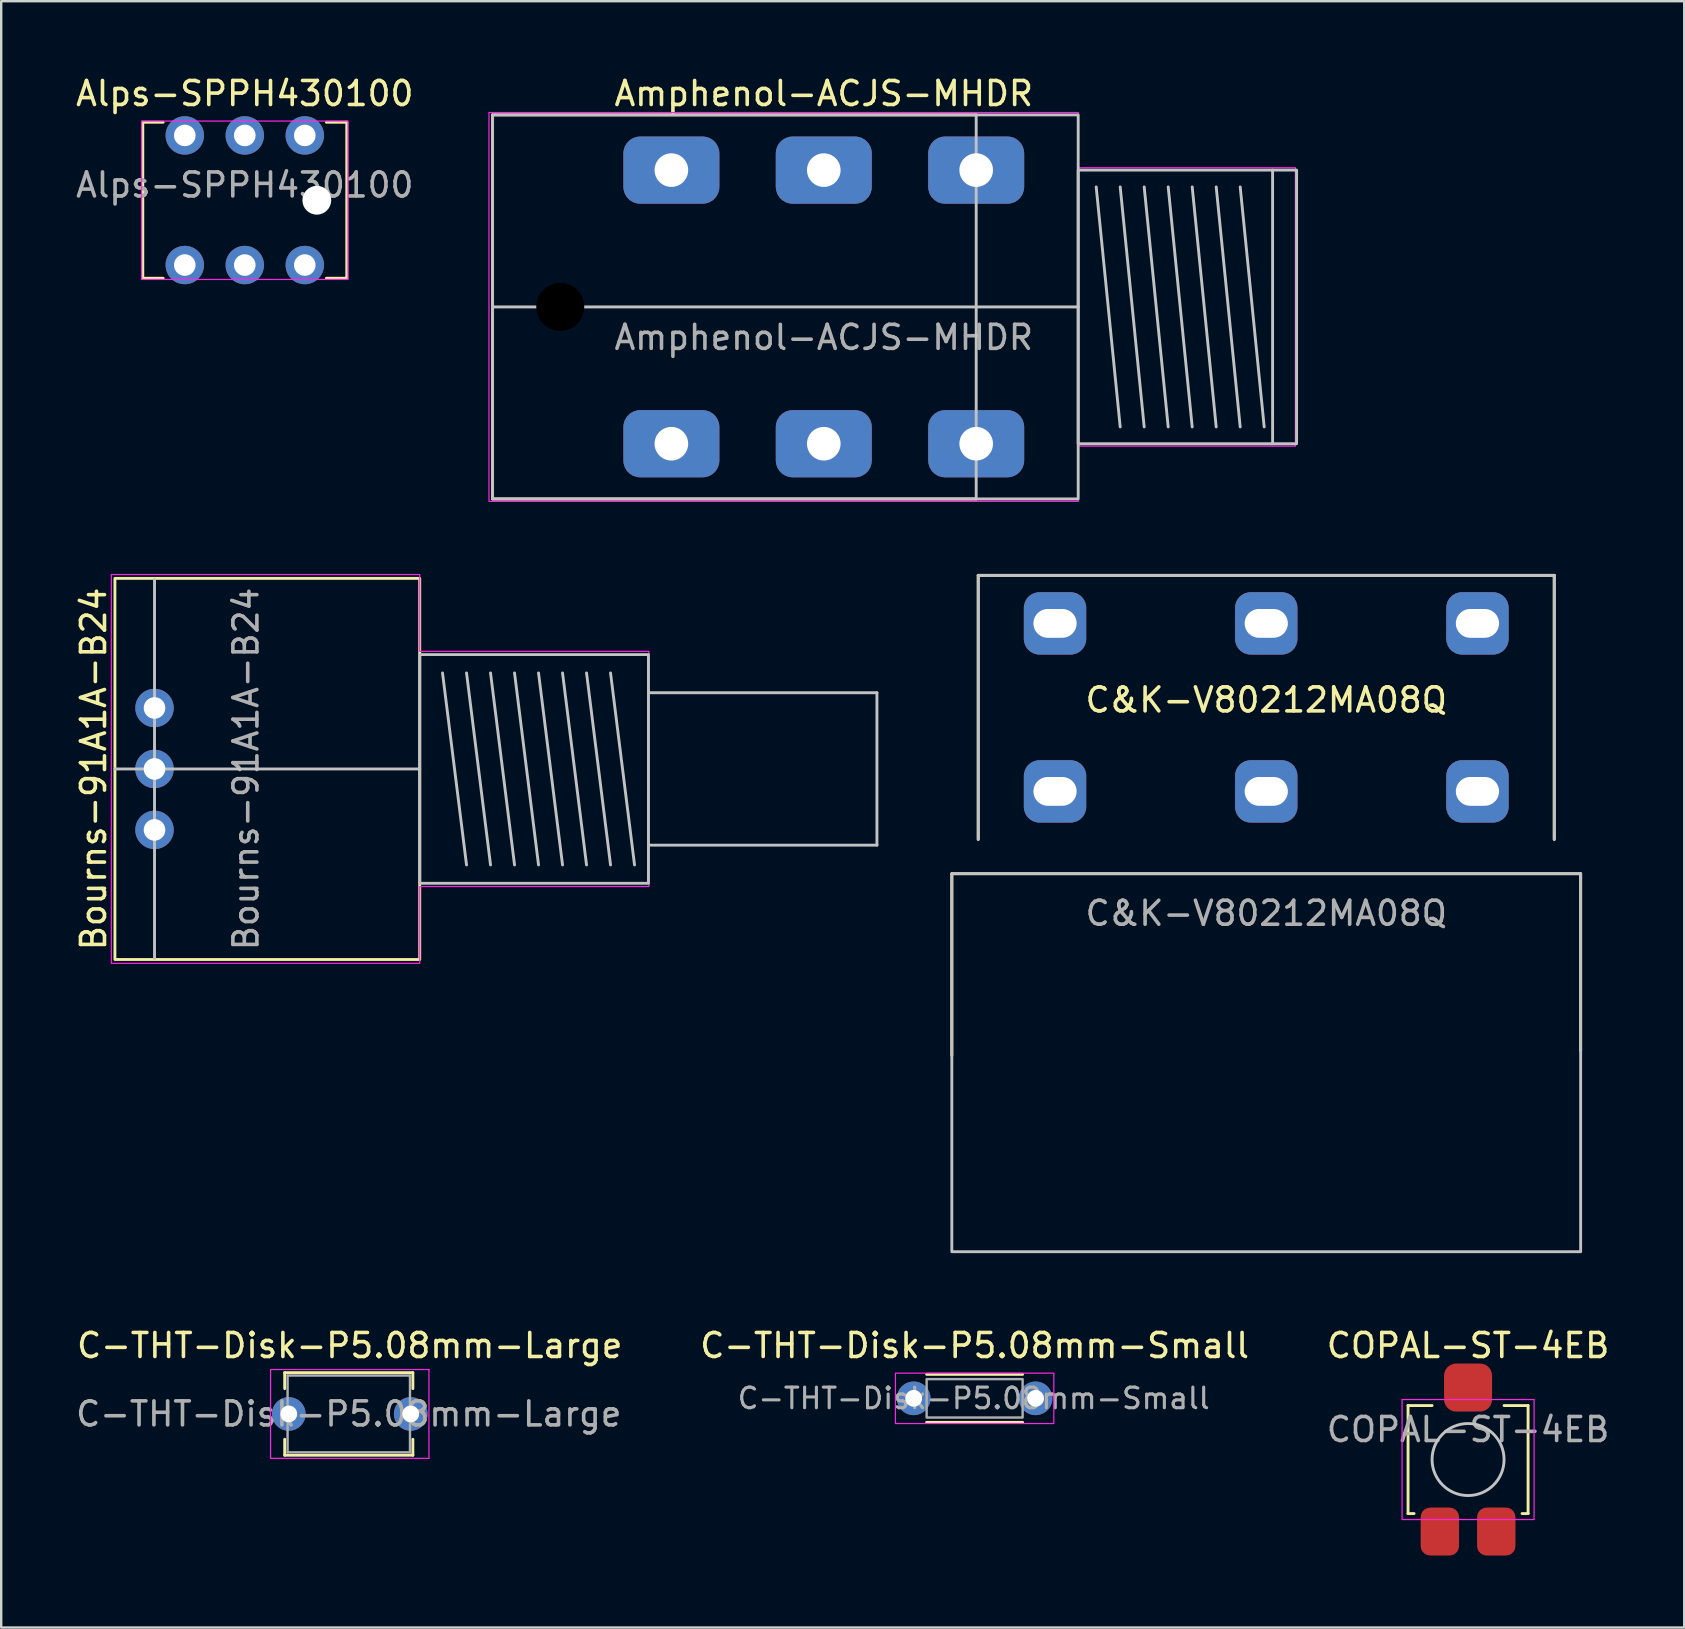
<source format=kicad_pcb>
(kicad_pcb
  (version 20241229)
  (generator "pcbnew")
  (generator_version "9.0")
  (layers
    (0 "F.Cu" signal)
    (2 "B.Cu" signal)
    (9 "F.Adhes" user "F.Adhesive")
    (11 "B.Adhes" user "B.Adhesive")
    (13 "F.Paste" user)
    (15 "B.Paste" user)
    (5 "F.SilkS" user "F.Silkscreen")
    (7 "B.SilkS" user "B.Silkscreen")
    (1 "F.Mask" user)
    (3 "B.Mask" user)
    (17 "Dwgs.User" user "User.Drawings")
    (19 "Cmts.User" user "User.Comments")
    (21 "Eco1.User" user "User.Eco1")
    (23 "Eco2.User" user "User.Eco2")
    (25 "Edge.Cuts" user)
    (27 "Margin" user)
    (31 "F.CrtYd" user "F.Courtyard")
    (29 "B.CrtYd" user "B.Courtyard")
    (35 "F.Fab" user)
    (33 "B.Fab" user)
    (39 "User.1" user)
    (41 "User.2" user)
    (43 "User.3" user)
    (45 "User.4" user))
  (footprint "Amphenol-ACJS-MHDR"
    (layer "F.Cu")
    (at 37.623 9.738)
    (property "Reference" "Amphenol-ACJS-MHDR" (at -6.35 -8.89 0) (unlocked yes) (layer "F.SilkS") (effects (font (size 1 1) (thickness 0.15))))
    (attr through_hole)
    (fp_line (start -20.15 -8) (end -20.15 8) (stroke (width 0.12) (type solid)) (layer "F.SilkS"))
    (fp_line (start -20.15 8) (end 0 8) (stroke (width 0.12) (type solid)) (layer "F.SilkS"))
    (fp_line (start 0 -8) (end -20.15 -8) (stroke (width 0.12) (type solid)) (layer "F.SilkS"))
    (fp_line (start -20.15 0) (end 4.25 0) (stroke (width 0.12) (type solid)) (layer "Dwgs.User"))
    (fp_line (start 0 -8) (end 0 8) (stroke (width 0.12) (type solid)) (layer "Dwgs.User"))
    (fp_line (start 5 -5) (end 6 5) (stroke (width 0.12) (type solid)) (layer "Dwgs.User"))
    (fp_line (start 6 -5) (end 7 5) (stroke (width 0.12) (type solid)) (layer "Dwgs.User"))
    (fp_line (start 7 -5) (end 8 5) (stroke (width 0.12) (type solid)) (layer "Dwgs.User"))
    (fp_line (start 8 -5) (end 9 5) (stroke (width 0.12) (type solid)) (layer "Dwgs.User"))
    (fp_line (start 9 -5) (end 10 5) (stroke (width 0.12) (type solid)) (layer "Dwgs.User"))
    (fp_line (start 10 -5) (end 11 5) (stroke (width 0.12) (type solid)) (layer "Dwgs.User"))
    (fp_line (start 11 -5) (end 12 5) (stroke (width 0.12) (type solid)) (layer "Dwgs.User"))
    (fp_line (start 12.35 -5.7) (end 12.35 5.7) (stroke (width 0.12) (type solid)) (layer "Dwgs.User"))
    (fp_rect (start -20.15 -8) (end 4.25 8) (stroke (width 0.12) (type solid)) (fill no) (layer "Dwgs.User"))
    (fp_rect (start 4.25 -5.7) (end 13.35 5.7) (stroke (width 0.12) (type solid)) (fill no) (layer "Dwgs.User"))
    (fp_poly (pts (xy 4.25 -5.8) (xy 13.3 -5.8) (xy 13.3 5.8) (xy 4.25 5.8) (xy 4.25 8.1) (xy -20.3 8.1) (xy -20.3 -8.1) (xy 4.25 -8.1)) (stroke (width 0.05) (type solid)) (fill no) (layer "F.CrtYd"))
    (fp_text user "${REFERENCE}" (at -6.35 1.27 0) (unlocked yes) (layer "F.Fab") (effects (font (size 1 1) (thickness 0.15))))
    (pad "" np_thru_hole circle (at -17.33 0) (size 2 2) (drill 2) (layers "*.Mask"))
    (pad "1" thru_hole roundrect (at 0 5.7) (size 4 2.8) (drill 1.4) (layers "*.Cu" "*.Mask") (roundrect_rratio 0.25))
    (pad "2" thru_hole roundrect (at -6.35 5.7) (size 4 2.8) (drill 1.4) (layers "*.Cu" "*.Mask") (roundrect_rratio 0.25))
    (pad "3" thru_hole roundrect (at -12.7 5.7) (size 4 2.8) (drill 1.4) (layers "*.Cu" "*.Mask") (roundrect_rratio 0.25))
    (pad "4" thru_hole roundrect (at 0 -5.7) (size 4 2.8) (drill 1.4) (layers "*.Cu" "*.Mask") (roundrect_rratio 0.25))
    (pad "5" thru_hole roundrect (at -6.35 -5.7) (size 4 2.8) (drill 1.4) (layers "*.Cu" "*.Mask") (roundrect_rratio 0.25))
    (pad "6" thru_hole roundrect (at -12.7 -5.7) (size 4 2.8) (drill 1.4) (layers "*.Cu" "*.Mask") (roundrect_rratio 0.25)))
  (footprint "C-THT-Disk-P5.08mm-Large"
    (layer "F.Cu")
    (at 11.522 55.862)
    (property "Reference" "C-THT-Disk-P5.08mm-Large" (at 0 -2.85 0) (layer "F.SilkS") (effects (font (size 1 1) (thickness 0.15))))
    (attr through_hole)
    (fp_line (start -2.71 -1.721) (end -2.71 -1.055) (stroke (width 0.12) (type solid)) (layer "F.SilkS"))
    (fp_line (start -2.71 -1.721) (end 2.63 -1.721) (stroke (width 0.12) (type solid)) (layer "F.SilkS"))
    (fp_line (start -2.71 1.055) (end -2.71 1.721) (stroke (width 0.12) (type solid)) (layer "F.SilkS"))
    (fp_line (start -2.71 1.721) (end 2.63 1.721) (stroke (width 0.12) (type solid)) (layer "F.SilkS"))
    (fp_line (start 2.63 -1.721) (end 2.63 -1.055) (stroke (width 0.12) (type solid)) (layer "F.SilkS"))
    (fp_line (start 2.63 1.055) (end 2.63 1.721) (stroke (width 0.12) (type solid)) (layer "F.SilkS"))
    (fp_line (start -3.3 -1.85) (end -3.3 1.85) (stroke (width 0.05) (type solid)) (layer "F.CrtYd"))
    (fp_line (start -3.3 1.85) (end 3.3 1.85) (stroke (width 0.05) (type solid)) (layer "F.CrtYd"))
    (fp_line (start 3.3 -1.85) (end -3.3 -1.85) (stroke (width 0.05) (type solid)) (layer "F.CrtYd"))
    (fp_line (start 3.3 1.85) (end 3.3 -1.85) (stroke (width 0.05) (type solid)) (layer "F.CrtYd"))
    (fp_line (start -2.59 -1.6) (end -2.59 1.6) (stroke (width 0.1) (type solid)) (layer "F.Fab"))
    (fp_line (start -2.59 1.6) (end 2.51 1.6) (stroke (width 0.1) (type solid)) (layer "F.Fab"))
    (fp_line (start 2.51 -1.6) (end -2.59 -1.6) (stroke (width 0.1) (type solid)) (layer "F.Fab"))
    (fp_line (start 2.51 1.6) (end 2.51 -1.6) (stroke (width 0.1) (type solid)) (layer "F.Fab"))
    (fp_text user "${REFERENCE}" (at -0.04 0 0) (layer "F.Fab") (effects (font (size 1 1) (thickness 0.15))))
    (pad "1" thru_hole circle (at -2.54 0) (size 1.4 1.4) (drill 0.7) (layers "*.Cu" "*.Mask"))
    (pad "2" thru_hole circle (at 2.54 0) (size 1.4 1.4) (drill 0.7) (layers "*.Cu" "*.Mask")))
  (footprint "Bourns-91A1A-B24"
    (layer "F.Cu")
    (at 3.388 28.988)
    (property "Reference" "Bourns-91A1A-B24" (at -2.54 0 90) (unlocked yes) (layer "F.SilkS") (effects (font (size 1 1) (thickness 0.15))))
    (attr through_hole)
    (fp_rect (start -1.65 -7.94) (end 11.05 7.94) (stroke (width 0.12) (type solid)) (fill no) (layer "F.SilkS"))
    (fp_line (start -1.65 0) (end 11.05 0) (stroke (width 0.12) (type solid)) (layer "Dwgs.User"))
    (fp_line (start 0 -7.9) (end 0 7.9) (stroke (width 0.12) (type solid)) (layer "Dwgs.User"))
    (fp_line (start 12 -4) (end 13 4) (stroke (width 0.12) (type solid)) (layer "Dwgs.User"))
    (fp_line (start 13 -4) (end 14 4) (stroke (width 0.12) (type solid)) (layer "Dwgs.User"))
    (fp_line (start 14 -4) (end 15 4) (stroke (width 0.12) (type solid)) (layer "Dwgs.User"))
    (fp_line (start 15 -4) (end 16 4) (stroke (width 0.12) (type solid)) (layer "Dwgs.User"))
    (fp_line (start 16 -4) (end 17 4) (stroke (width 0.12) (type solid)) (layer "Dwgs.User"))
    (fp_line (start 17 -4) (end 18 4) (stroke (width 0.12) (type solid)) (layer "Dwgs.User"))
    (fp_line (start 18 -4) (end 19 4) (stroke (width 0.12) (type solid)) (layer "Dwgs.User"))
    (fp_line (start 19 -4) (end 20 4) (stroke (width 0.12) (type solid)) (layer "Dwgs.User"))
    (fp_line (start 20.58 -3.175) (end 30.1 -3.175) (stroke (width 0.12) (type solid)) (layer "Dwgs.User"))
    (fp_line (start 30.1 -3.175) (end 30.1 3.175) (stroke (width 0.12) (type solid)) (layer "Dwgs.User"))
    (fp_line (start 30.1 3.175) (end 20.58 3.175) (stroke (width 0.12) (type solid)) (layer "Dwgs.User"))
    (fp_rect (start 11.05 -4.765) (end 20.58 4.765) (stroke (width 0.12) (type solid)) (fill no) (layer "Dwgs.User"))
    (fp_poly (pts (xy 11.05 -4.9) (xy 20.6 -4.9) (xy 20.6 4.9) (xy 11.05 4.9) (xy 11.05 8.1) (xy -1.8 8.1) (xy -1.8 -8.1) (xy 11.05 -8.1)) (stroke (width 0.05) (type solid)) (fill no) (layer "F.CrtYd"))
    (fp_text user "${REFERENCE}" (at 3.81 0 90) (unlocked yes) (layer "F.Fab") (effects (font (size 1 1) (thickness 0.15))))
    (pad "1" thru_hole circle (at 0 2.54) (size 1.6 1.6) (drill 0.9) (layers "*.Cu" "*.Mask"))
    (pad "2" thru_hole circle (at 0 0) (size 1.6 1.6) (drill 0.9) (layers "*.Cu" "*.Mask"))
    (pad "3" thru_hole circle (at 0 -2.54) (size 1.6 1.6) (drill 0.9) (layers "*.Cu" "*.Mask")))
  (footprint "Alps-SPPH430100"
    (layer "F.Cu")
    (at 7.149 5.293)
    (property "Reference" "Alps-SPPH430100" (at 0 -4.445 0) (unlocked yes) (layer "F.SilkS") (effects (font (size 1 1) (thickness 0.15))))
    (attr through_hole)
    (fp_line (start -4.25 -3.25) (end -4.25 3.25) (stroke (width 0.12) (type solid)) (layer "F.SilkS"))
    (fp_line (start -4.25 3.25) (end -3.4 3.25) (stroke (width 0.12) (type solid)) (layer "F.SilkS"))
    (fp_line (start -3.4 -3.25) (end -4.25 -3.25) (stroke (width 0.12) (type solid)) (layer "F.SilkS"))
    (fp_line (start 3.4 -3.25) (end 4.25 -3.25) (stroke (width 0.12) (type solid)) (layer "F.SilkS"))
    (fp_line (start 4.25 -3.25) (end 4.25 3.25) (stroke (width 0.12) (type solid)) (layer "F.SilkS"))
    (fp_line (start 4.25 3.25) (end 3.4 3.25) (stroke (width 0.12) (type solid)) (layer "F.SilkS"))
    (fp_rect (start -4.3 -3.3) (end 4.3 3.3) (stroke (width 0.05) (type solid)) (fill no) (layer "F.CrtYd"))
    (fp_text user "${REFERENCE}" (at 0 -0.635 0) (unlocked yes) (layer "F.Fab") (effects (font (size 1 1) (thickness 0.15))))
    (pad "" np_thru_hole circle (at 3 0) (size 1.2 1.2) (drill 1.2) (layers "*.Cu"))
    (pad "1" thru_hole circle (at -2.5 2.7) (size 1.6 1.6) (drill 0.9) (layers "*.Cu" "*.Mask"))
    (pad "2" thru_hole circle (at 0 2.7) (size 1.6 1.6) (drill 0.9) (layers "*.Cu" "*.Mask"))
    (pad "3" thru_hole circle (at 2.5 2.7) (size 1.6 1.6) (drill 0.9) (layers "*.Cu" "*.Mask"))
    (pad "4" thru_hole circle (at -2.5 -2.7) (size 1.6 1.6) (drill 0.9) (layers "*.Cu" "*.Mask"))
    (pad "5" thru_hole circle (at 0 -2.7) (size 1.6 1.6) (drill 0.9) (layers "*.Cu" "*.Mask"))
    (pad "6" thru_hole circle (at 2.5 -2.7) (size 1.6 1.6) (drill 0.9) (layers "*.Cu" "*.Mask")))
  (footprint "C&K-V80212MA08Q"
    (layer "F.Cu")
    (at 49.708 29.923)
    (property "Reference" "C&K-V80212MA08Q" (at 0 -3.81 0) (unlocked yes) (layer "F.SilkS") (effects (font (size 1 1) (thickness 0.15))))
    (attr through_hole)
    (fp_line (start -13.1 3.43) (end 13.1 3.43) (stroke (width 0.12) (type solid)) (layer "F.SilkS"))
    (fp_line (start -13.1 11) (end -13.1 3.43) (stroke (width 0.12) (type solid)) (layer "F.SilkS"))
    (fp_line (start -12 -9) (end 12 -9) (stroke (width 0.12) (type solid)) (layer "F.SilkS"))
    (fp_line (start -12 2) (end -12 -9) (stroke (width 0.12) (type solid)) (layer "F.SilkS"))
    (fp_line (start 12 -9) (end 12 2) (stroke (width 0.12) (type solid)) (layer "F.SilkS"))
    (fp_line (start 13.1 3.43) (end 13.1 10.8) (stroke (width 0.12) (type solid)) (layer "F.SilkS"))
    (fp_line (start -12 -9) (end 12 -9) (stroke (width 0.12) (type solid)) (layer "Dwgs.User"))
    (fp_line (start -12 2) (end -12 -9) (stroke (width 0.12) (type solid)) (layer "Dwgs.User"))
    (fp_line (start 12 -9) (end 12 2) (stroke (width 0.12) (type solid)) (layer "Dwgs.User"))
    (fp_rect (start -13.1 3.43) (end 13.1 19.18) (stroke (width 0.12) (type solid)) (fill no) (layer "Dwgs.User"))
    (fp_text user "${REFERENCE}" (at 0 5.08 0) (unlocked yes) (layer "F.Fab") (effects (font (size 1 1) (thickness 0.15))))
    (pad "1" thru_hole roundrect (at 8.8 0) (size 2.6 2.6) (drill oval 1.8 1.2) (layers "*.Cu" "*.Mask") (roundrect_rratio 0.25))
    (pad "2" thru_hole roundrect (at 0 0) (size 2.6 2.6) (drill oval 1.8 1.2) (layers "*.Cu" "*.Mask") (roundrect_rratio 0.25))
    (pad "3" thru_hole roundrect (at -8.8 0) (size 2.6 2.6) (drill oval 1.8 1.2) (layers "*.Cu" "*.Mask") (roundrect_rratio 0.25))
    (pad "4" thru_hole roundrect (at 8.8 -7) (size 2.6 2.6) (drill oval 1.8 1.2) (layers "*.Cu" "*.Mask") (roundrect_rratio 0.25))
    (pad "5" thru_hole roundrect (at 0 -7) (size 2.6 2.6) (drill oval 1.8 1.2) (layers "*.Cu" "*.Mask") (roundrect_rratio 0.25))
    (pad "6" thru_hole roundrect (at -8.8 -7) (size 2.6 2.6) (drill oval 1.8 1.2) (layers "*.Cu" "*.Mask") (roundrect_rratio 0.25)))
  (footprint "COPAL-ST-4EB"
    (layer "F.Cu")
    (at 58.117 57.762)
    (property "Reference" "COPAL-ST-4EB" (at 0 -4.75 0) (unlocked yes) (layer "F.SilkS") (effects (font (size 1 1) (thickness 0.15))))
    (attr smd)
    (fp_line (start -2.5 -2.25) (end -2.5 2.25) (stroke (width 0.12) (type solid)) (layer "F.SilkS"))
    (fp_line (start -2.5 2.25) (end -2.25 2.25) (stroke (width 0.12) (type solid)) (layer "F.SilkS"))
    (fp_line (start -1.5 -2.25) (end -2.5 -2.25) (stroke (width 0.12) (type solid)) (layer "F.SilkS"))
    (fp_line (start 1.5 -2.25) (end 2.5 -2.25) (stroke (width 0.12) (type solid)) (layer "F.SilkS"))
    (fp_line (start 2.5 -2.25) (end 2.5 2.25) (stroke (width 0.12) (type solid)) (layer "F.SilkS"))
    (fp_line (start 2.5 2.25) (end 2.25 2.25) (stroke (width 0.12) (type solid)) (layer "F.SilkS"))
    (fp_circle (center 0 0) (end 1.5 0) (stroke (width 0.12) (type solid)) (fill no) (layer "Dwgs.User"))
    (fp_rect (start -2.75 -2.5) (end 2.75 2.5) (stroke (width 0.05) (type solid)) (fill no) (layer "F.CrtYd"))
    (fp_text user "${REFERENCE}" (at 0 -1.25 0) (unlocked yes) (layer "F.Fab") (effects (font (size 1 1) (thickness 0.15))))
    (pad "1" smd roundrect (at 1.175 3) (size 1.6 2) (layers "F.Cu" "F.Mask" "F.Paste") (roundrect_rratio 0.25))
    (pad "2" smd roundrect (at 0 -3) (size 2 2) (layers "F.Cu" "F.Mask" "F.Paste") (roundrect_rratio 0.25))
    (pad "3" smd roundrect (at -1.175 3) (size 1.6 2) (layers "F.Cu" "F.Mask" "F.Paste") (roundrect_rratio 0.25)))
  (footprint "C-THT-Disk-P5.08mm-Small"
    (layer "F.Cu")
    (at 37.558 55.212)
    (property "Reference" "C-THT-Disk-P5.08mm-Small" (at 0 -2.2 0) (layer "F.SilkS") (effects (font (size 1 1) (thickness 0.15))))
    (attr through_hole)
    (fp_line (start -2 -1) (end 2 -1) (stroke (width 0.12) (type solid)) (layer "F.SilkS"))
    (fp_line (start -2 1) (end 2 1) (stroke (width 0.12) (type solid)) (layer "F.SilkS"))
    (fp_rect (start -3.3 -1.05) (end 3.3 1.05) (stroke (width 0.05) (type solid)) (fill no) (layer "F.CrtYd"))
    (fp_rect (start -2 -0.8) (end 2 0.8) (stroke (width 0.1) (type solid)) (fill no) (layer "F.Fab"))
    (fp_text user "${REFERENCE}" (at -0.04 0 0) (layer "F.Fab") (effects (font (size 0.86 0.86) (thickness 0.129))))
    (pad "1" thru_hole circle (at -2.54 0) (size 1.4 1.4) (drill 0.7) (layers "*.Cu" "*.Mask"))
    (pad "2" thru_hole circle (at 2.54 0) (size 1.4 1.4) (drill 0.7) (layers "*.Cu" "*.Mask")))
  (gr_rect
    (start -3 -3)
    (end 67.123 64.762)
    (stroke (width 0.1) (type default))
    (fill no)
    (layer "Edge.Cuts")))
</source>
